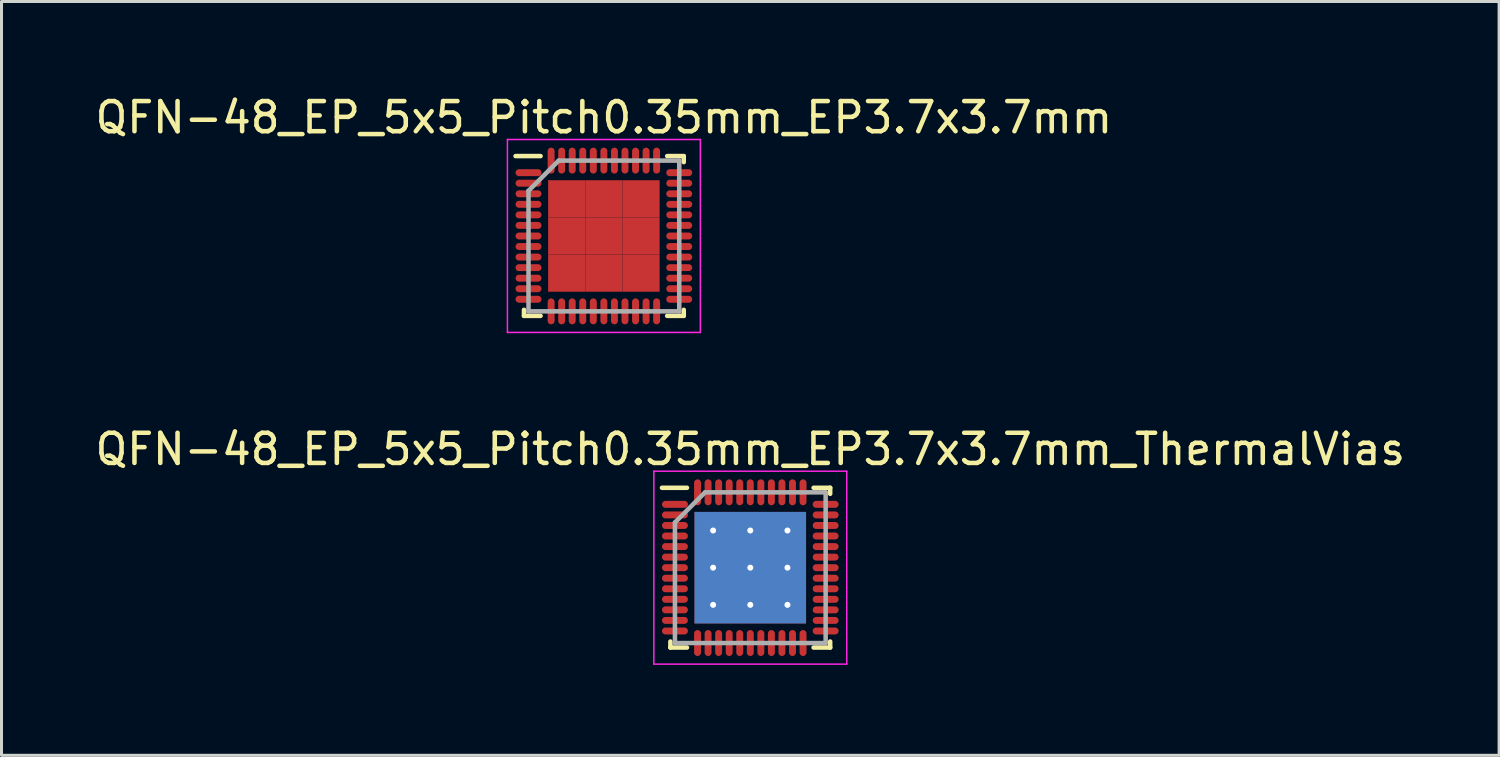
<source format=kicad_pcb>
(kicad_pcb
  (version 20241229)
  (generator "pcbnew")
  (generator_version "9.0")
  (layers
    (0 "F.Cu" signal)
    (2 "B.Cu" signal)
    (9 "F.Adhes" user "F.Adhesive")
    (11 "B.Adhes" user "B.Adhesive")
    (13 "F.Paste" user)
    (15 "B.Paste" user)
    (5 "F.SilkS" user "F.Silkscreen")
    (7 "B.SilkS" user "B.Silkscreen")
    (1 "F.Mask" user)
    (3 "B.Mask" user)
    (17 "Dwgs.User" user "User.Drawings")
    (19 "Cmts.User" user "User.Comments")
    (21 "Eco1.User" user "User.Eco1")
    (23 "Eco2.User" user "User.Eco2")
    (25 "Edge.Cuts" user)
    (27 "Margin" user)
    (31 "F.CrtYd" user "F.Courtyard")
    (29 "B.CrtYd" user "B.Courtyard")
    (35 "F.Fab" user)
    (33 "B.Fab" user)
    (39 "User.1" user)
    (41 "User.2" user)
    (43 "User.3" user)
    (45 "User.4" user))
  (footprint "QFN-48_EP_5x5_Pitch0.35mm_EP3.7x3.7mm_ThermalVias"
    (layer "F.Cu")
    (at 21.839 15.781)
    (property "Reference" "QFN-48_EP_5x5_Pitch0.35mm_EP3.7x3.7mm_ThermalVias" (at 0 -3.93 0) (layer "F.SilkS") (effects (font (size 1 1) (thickness 0.15))))
    (attr smd)
    (fp_line (start -2.65 2.65) (end -2.65 2.45) (stroke (width 0.15) (type solid)) (layer "F.SilkS"))
    (fp_line (start -2.1 -2.65) (end -2.93 -2.65) (stroke (width 0.15) (type solid)) (layer "F.SilkS"))
    (fp_line (start -2.1 2.65) (end -2.65 2.65) (stroke (width 0.15) (type solid)) (layer "F.SilkS"))
    (fp_line (start 2.1 -2.65) (end 2.65 -2.65) (stroke (width 0.15) (type solid)) (layer "F.SilkS"))
    (fp_line (start 2.1 2.65) (end 2.65 2.65) (stroke (width 0.15) (type solid)) (layer "F.SilkS"))
    (fp_line (start 2.65 -2.65) (end 2.65 -2.45) (stroke (width 0.15) (type solid)) (layer "F.SilkS"))
    (fp_line (start 2.65 2.65) (end 2.65 2.45) (stroke (width 0.15) (type solid)) (layer "F.SilkS"))
    (fp_line (start -3.2 -3.2) (end 3.2 -3.2) (stroke (width 0.05) (type solid)) (layer "F.CrtYd"))
    (fp_line (start -3.2 3.2) (end -3.2 -3.2) (stroke (width 0.05) (type solid)) (layer "F.CrtYd"))
    (fp_line (start 3.2 -3.2) (end 3.2 3.2) (stroke (width 0.05) (type solid)) (layer "F.CrtYd"))
    (fp_line (start 3.2 3.2) (end -3.2 3.2) (stroke (width 0.05) (type solid)) (layer "F.CrtYd"))
    (fp_line (start -2.5 -1.5) (end -2.5 2.5) (stroke (width 0.15) (type solid)) (layer "F.Fab"))
    (fp_line (start -2.5 2.5) (end 2.5 2.5) (stroke (width 0.15) (type solid)) (layer "F.Fab"))
    (fp_line (start -1.5 -2.5) (end -2.5 -1.5) (stroke (width 0.15) (type solid)) (layer "F.Fab"))
    (fp_line (start 2.5 -2.5) (end -1.5 -2.5) (stroke (width 0.15) (type solid)) (layer "F.Fab"))
    (fp_line (start 2.5 2.5) (end 2.5 -2.5) (stroke (width 0.15) (type solid)) (layer "F.Fab"))
    (pad "1" smd oval (at -2.5 -2.1 90) (size 0.23 0.86) (layers "F.Cu" "F.Mask" "F.Paste"))
    (pad "2" smd oval (at -2.5 -1.75 90) (size 0.23 0.86) (layers "F.Cu" "F.Mask" "F.Paste"))
    (pad "3" smd oval (at -2.5 -1.4 90) (size 0.23 0.86) (layers "F.Cu" "F.Mask" "F.Paste"))
    (pad "4" smd oval (at -2.5 -1.05 90) (size 0.23 0.86) (layers "F.Cu" "F.Mask" "F.Paste"))
    (pad "5" smd oval (at -2.5 -0.7 90) (size 0.23 0.86) (layers "F.Cu" "F.Mask" "F.Paste"))
    (pad "6" smd oval (at -2.5 -0.35 90) (size 0.23 0.86) (layers "F.Cu" "F.Mask" "F.Paste"))
    (pad "7" smd oval (at -2.5 0 90) (size 0.23 0.86) (layers "F.Cu" "F.Mask" "F.Paste"))
    (pad "8" smd oval (at -2.5 0.35 90) (size 0.23 0.86) (layers "F.Cu" "F.Mask" "F.Paste"))
    (pad "9" smd oval (at -2.5 0.7 90) (size 0.23 0.86) (layers "F.Cu" "F.Mask" "F.Paste"))
    (pad "10" smd oval (at -2.5 1.05 90) (size 0.23 0.86) (layers "F.Cu" "F.Mask" "F.Paste"))
    (pad "11" smd oval (at -2.5 1.4 90) (size 0.23 0.86) (layers "F.Cu" "F.Mask" "F.Paste"))
    (pad "12" smd oval (at -2.5 1.75 90) (size 0.23 0.86) (layers "F.Cu" "F.Mask" "F.Paste"))
    (pad "13" smd oval (at -2.5 2.1 90) (size 0.23 0.86) (layers "F.Cu" "F.Mask" "F.Paste"))
    (pad "14" smd oval (at -1.75 2.5) (size 0.23 0.86) (layers "F.Cu" "F.Mask" "F.Paste"))
    (pad "15" smd oval (at -1.4 2.5) (size 0.23 0.86) (layers "F.Cu" "F.Mask" "F.Paste"))
    (pad "16" smd oval (at -1.05 2.5) (size 0.23 0.86) (layers "F.Cu" "F.Mask" "F.Paste"))
    (pad "17" smd oval (at -0.7 2.5) (size 0.23 0.86) (layers "F.Cu" "F.Mask" "F.Paste"))
    (pad "18" smd oval (at -0.35 2.5) (size 0.23 0.86) (layers "F.Cu" "F.Mask" "F.Paste"))
    (pad "19" smd oval (at 0 2.5) (size 0.23 0.86) (layers "F.Cu" "F.Mask" "F.Paste"))
    (pad "20" smd oval (at 0.35 2.5) (size 0.23 0.86) (layers "F.Cu" "F.Mask" "F.Paste"))
    (pad "21" smd oval (at 0.7 2.5) (size 0.23 0.86) (layers "F.Cu" "F.Mask" "F.Paste"))
    (pad "22" smd oval (at 1.05 2.5) (size 0.23 0.86) (layers "F.Cu" "F.Mask" "F.Paste"))
    (pad "23" smd oval (at 1.4 2.5) (size 0.23 0.86) (layers "F.Cu" "F.Mask" "F.Paste"))
    (pad "24" smd oval (at 1.75 2.5) (size 0.23 0.86) (layers "F.Cu" "F.Mask" "F.Paste"))
    (pad "25" smd oval (at 2.5 2.1 90) (size 0.23 0.86) (layers "F.Cu" "F.Mask" "F.Paste"))
    (pad "26" smd oval (at 2.5 1.75 90) (size 0.23 0.86) (layers "F.Cu" "F.Mask" "F.Paste"))
    (pad "27" smd oval (at 2.5 1.4 90) (size 0.23 0.86) (layers "F.Cu" "F.Mask" "F.Paste"))
    (pad "28" smd oval (at 2.5 1.05 90) (size 0.23 0.86) (layers "F.Cu" "F.Mask" "F.Paste"))
    (pad "29" smd oval (at 2.5 0.7 90) (size 0.23 0.86) (layers "F.Cu" "F.Mask" "F.Paste"))
    (pad "30" smd oval (at 2.5 0.35 90) (size 0.23 0.86) (layers "F.Cu" "F.Mask" "F.Paste"))
    (pad "31" smd oval (at 2.5 0 90) (size 0.23 0.86) (layers "F.Cu" "F.Mask" "F.Paste"))
    (pad "32" smd oval (at 2.5 -0.35 90) (size 0.23 0.86) (layers "F.Cu" "F.Mask" "F.Paste"))
    (pad "33" smd oval (at 2.5 -0.7 90) (size 0.23 0.86) (layers "F.Cu" "F.Mask" "F.Paste"))
    (pad "34" smd oval (at 2.5 -1.05 90) (size 0.23 0.86) (layers "F.Cu" "F.Mask" "F.Paste"))
    (pad "35" smd oval (at 2.5 -1.4 90) (size 0.23 0.86) (layers "F.Cu" "F.Mask" "F.Paste"))
    (pad "36" smd oval (at 2.5 -1.75 90) (size 0.23 0.86) (layers "F.Cu" "F.Mask" "F.Paste"))
    (pad "37" smd oval (at 2.5 -2.1 90) (size 0.23 0.86) (layers "F.Cu" "F.Mask" "F.Paste"))
    (pad "38" smd oval (at 1.75 -2.5) (size 0.23 0.86) (layers "F.Cu" "F.Mask" "F.Paste"))
    (pad "39" smd oval (at 1.4 -2.5) (size 0.23 0.86) (layers "F.Cu" "F.Mask" "F.Paste"))
    (pad "40" smd oval (at 1.05 -2.5) (size 0.23 0.86) (layers "F.Cu" "F.Mask" "F.Paste"))
    (pad "41" smd oval (at 0.7 -2.5) (size 0.23 0.86) (layers "F.Cu" "F.Mask" "F.Paste"))
    (pad "42" smd oval (at 0.35 -2.5) (size 0.23 0.86) (layers "F.Cu" "F.Mask" "F.Paste"))
    (pad "43" smd oval (at 0 -2.5) (size 0.23 0.86) (layers "F.Cu" "F.Mask" "F.Paste"))
    (pad "44" smd oval (at -0.35 -2.5) (size 0.23 0.86) (layers "F.Cu" "F.Mask" "F.Paste"))
    (pad "45" smd oval (at -0.7 -2.5) (size 0.23 0.86) (layers "F.Cu" "F.Mask" "F.Paste"))
    (pad "46" smd oval (at -1.05 -2.5) (size 0.23 0.86) (layers "F.Cu" "F.Mask" "F.Paste"))
    (pad "47" smd oval (at -1.4 -2.5) (size 0.23 0.86) (layers "F.Cu" "F.Mask" "F.Paste"))
    (pad "48" smd oval (at -1.75 -2.5) (size 0.23 0.86) (layers "F.Cu" "F.Mask" "F.Paste"))
    (pad "49" thru_hole circle (at -1.233 -1.233) (size 0.4 0.4) (drill 0.2) (layers "*.Cu"))
    (pad "49" smd rect (at -1.233 -1.233) (size 1.233 1.233) (layers "F.Cu" "F.Mask" "F.Paste"))
    (pad "49" thru_hole circle (at -1.233 0) (size 0.4 0.4) (drill 0.2) (layers "*.Cu"))
    (pad "49" smd rect (at -1.233 0) (size 1.233 1.233) (layers "F.Cu" "F.Mask" "F.Paste"))
    (pad "49" thru_hole circle (at -1.233 1.233) (size 0.4 0.4) (drill 0.2) (layers "*.Cu"))
    (pad "49" smd rect (at -1.233 1.233) (size 1.233 1.233) (layers "F.Cu" "F.Mask" "F.Paste"))
    (pad "49" thru_hole circle (at 0 -1.233) (size 0.4 0.4) (drill 0.2) (layers "*.Cu"))
    (pad "49" smd rect (at 0 -1.233) (size 1.233 1.233) (layers "F.Cu" "F.Mask" "F.Paste"))
    (pad "49" thru_hole circle (at 0 0) (size 0.4 0.4) (drill 0.2) (layers "*.Cu"))
    (pad "49" smd rect (at 0 0) (size 1.233 1.233) (layers "F.Cu" "F.Mask" "F.Paste"))
    (pad "49" smd rect (at 0 0) (size 3.7 3.7) (layers "B.Cu"))
    (pad "49" thru_hole circle (at 0 1.233) (size 0.4 0.4) (drill 0.2) (layers "*.Cu"))
    (pad "49" smd rect (at 0 1.233) (size 1.233 1.233) (layers "F.Cu" "F.Mask" "F.Paste"))
    (pad "49" thru_hole circle (at 1.233 -1.233) (size 0.4 0.4) (drill 0.2) (layers "*.Cu"))
    (pad "49" smd rect (at 1.233 -1.233) (size 1.233 1.233) (layers "F.Cu" "F.Mask" "F.Paste"))
    (pad "49" thru_hole circle (at 1.233 0) (size 0.4 0.4) (drill 0.2) (layers "*.Cu"))
    (pad "49" smd rect (at 1.233 0) (size 1.233 1.233) (layers "F.Cu" "F.Mask" "F.Paste"))
    (pad "49" thru_hole circle (at 1.233 1.233) (size 0.4 0.4) (drill 0.2) (layers "*.Cu"))
    (pad "49" smd rect (at 1.233 1.233) (size 1.233 1.233) (layers "F.Cu" "F.Mask" "F.Paste")))
  (footprint "QFN-48_EP_5x5_Pitch0.35mm_EP3.7x3.7mm"
    (layer "F.Cu")
    (at 16.982 4.778)
    (property "Reference" "QFN-48_EP_5x5_Pitch0.35mm_EP3.7x3.7mm" (at 0 -3.93 0) (layer "F.SilkS") (effects (font (size 1 1) (thickness 0.15))))
    (attr smd)
    (fp_line (start -2.65 2.65) (end -2.65 2.45) (stroke (width 0.15) (type solid)) (layer "F.SilkS"))
    (fp_line (start -2.1 -2.65) (end -2.93 -2.65) (stroke (width 0.15) (type solid)) (layer "F.SilkS"))
    (fp_line (start -2.1 2.65) (end -2.65 2.65) (stroke (width 0.15) (type solid)) (layer "F.SilkS"))
    (fp_line (start 2.1 -2.65) (end 2.65 -2.65) (stroke (width 0.15) (type solid)) (layer "F.SilkS"))
    (fp_line (start 2.1 2.65) (end 2.65 2.65) (stroke (width 0.15) (type solid)) (layer "F.SilkS"))
    (fp_line (start 2.65 -2.65) (end 2.65 -2.45) (stroke (width 0.15) (type solid)) (layer "F.SilkS"))
    (fp_line (start 2.65 2.65) (end 2.65 2.45) (stroke (width 0.15) (type solid)) (layer "F.SilkS"))
    (fp_line (start -3.2 -3.2) (end 3.2 -3.2) (stroke (width 0.05) (type solid)) (layer "F.CrtYd"))
    (fp_line (start -3.2 3.2) (end -3.2 -3.2) (stroke (width 0.05) (type solid)) (layer "F.CrtYd"))
    (fp_line (start 3.2 -3.2) (end 3.2 3.2) (stroke (width 0.05) (type solid)) (layer "F.CrtYd"))
    (fp_line (start 3.2 3.2) (end -3.2 3.2) (stroke (width 0.05) (type solid)) (layer "F.CrtYd"))
    (fp_line (start -2.5 -1.5) (end -2.5 2.5) (stroke (width 0.15) (type solid)) (layer "F.Fab"))
    (fp_line (start -2.5 2.5) (end 2.5 2.5) (stroke (width 0.15) (type solid)) (layer "F.Fab"))
    (fp_line (start -1.5 -2.5) (end -2.5 -1.5) (stroke (width 0.15) (type solid)) (layer "F.Fab"))
    (fp_line (start 2.5 -2.5) (end -1.5 -2.5) (stroke (width 0.15) (type solid)) (layer "F.Fab"))
    (fp_line (start 2.5 2.5) (end 2.5 -2.5) (stroke (width 0.15) (type solid)) (layer "F.Fab"))
    (pad "1" smd oval (at -2.5 -2.1 90) (size 0.23 0.86) (layers "F.Cu" "F.Mask" "F.Paste"))
    (pad "2" smd oval (at -2.5 -1.75 90) (size 0.23 0.86) (layers "F.Cu" "F.Mask" "F.Paste"))
    (pad "3" smd oval (at -2.5 -1.4 90) (size 0.23 0.86) (layers "F.Cu" "F.Mask" "F.Paste"))
    (pad "4" smd oval (at -2.5 -1.05 90) (size 0.23 0.86) (layers "F.Cu" "F.Mask" "F.Paste"))
    (pad "5" smd oval (at -2.5 -0.7 90) (size 0.23 0.86) (layers "F.Cu" "F.Mask" "F.Paste"))
    (pad "6" smd oval (at -2.5 -0.35 90) (size 0.23 0.86) (layers "F.Cu" "F.Mask" "F.Paste"))
    (pad "7" smd oval (at -2.5 0 90) (size 0.23 0.86) (layers "F.Cu" "F.Mask" "F.Paste"))
    (pad "8" smd oval (at -2.5 0.35 90) (size 0.23 0.86) (layers "F.Cu" "F.Mask" "F.Paste"))
    (pad "9" smd oval (at -2.5 0.7 90) (size 0.23 0.86) (layers "F.Cu" "F.Mask" "F.Paste"))
    (pad "10" smd oval (at -2.5 1.05 90) (size 0.23 0.86) (layers "F.Cu" "F.Mask" "F.Paste"))
    (pad "11" smd oval (at -2.5 1.4 90) (size 0.23 0.86) (layers "F.Cu" "F.Mask" "F.Paste"))
    (pad "12" smd oval (at -2.5 1.75 90) (size 0.23 0.86) (layers "F.Cu" "F.Mask" "F.Paste"))
    (pad "13" smd oval (at -2.5 2.1 90) (size 0.23 0.86) (layers "F.Cu" "F.Mask" "F.Paste"))
    (pad "14" smd oval (at -1.75 2.5) (size 0.23 0.86) (layers "F.Cu" "F.Mask" "F.Paste"))
    (pad "15" smd oval (at -1.4 2.5) (size 0.23 0.86) (layers "F.Cu" "F.Mask" "F.Paste"))
    (pad "16" smd oval (at -1.05 2.5) (size 0.23 0.86) (layers "F.Cu" "F.Mask" "F.Paste"))
    (pad "17" smd oval (at -0.7 2.5) (size 0.23 0.86) (layers "F.Cu" "F.Mask" "F.Paste"))
    (pad "18" smd oval (at -0.35 2.5) (size 0.23 0.86) (layers "F.Cu" "F.Mask" "F.Paste"))
    (pad "19" smd oval (at 0 2.5) (size 0.23 0.86) (layers "F.Cu" "F.Mask" "F.Paste"))
    (pad "20" smd oval (at 0.35 2.5) (size 0.23 0.86) (layers "F.Cu" "F.Mask" "F.Paste"))
    (pad "21" smd oval (at 0.7 2.5) (size 0.23 0.86) (layers "F.Cu" "F.Mask" "F.Paste"))
    (pad "22" smd oval (at 1.05 2.5) (size 0.23 0.86) (layers "F.Cu" "F.Mask" "F.Paste"))
    (pad "23" smd oval (at 1.4 2.5) (size 0.23 0.86) (layers "F.Cu" "F.Mask" "F.Paste"))
    (pad "24" smd oval (at 1.75 2.5) (size 0.23 0.86) (layers "F.Cu" "F.Mask" "F.Paste"))
    (pad "25" smd oval (at 2.5 2.1 90) (size 0.23 0.86) (layers "F.Cu" "F.Mask" "F.Paste"))
    (pad "26" smd oval (at 2.5 1.75 90) (size 0.23 0.86) (layers "F.Cu" "F.Mask" "F.Paste"))
    (pad "27" smd oval (at 2.5 1.4 90) (size 0.23 0.86) (layers "F.Cu" "F.Mask" "F.Paste"))
    (pad "28" smd oval (at 2.5 1.05 90) (size 0.23 0.86) (layers "F.Cu" "F.Mask" "F.Paste"))
    (pad "29" smd oval (at 2.5 0.7 90) (size 0.23 0.86) (layers "F.Cu" "F.Mask" "F.Paste"))
    (pad "30" smd oval (at 2.5 0.35 90) (size 0.23 0.86) (layers "F.Cu" "F.Mask" "F.Paste"))
    (pad "31" smd oval (at 2.5 0 90) (size 0.23 0.86) (layers "F.Cu" "F.Mask" "F.Paste"))
    (pad "32" smd oval (at 2.5 -0.35 90) (size 0.23 0.86) (layers "F.Cu" "F.Mask" "F.Paste"))
    (pad "33" smd oval (at 2.5 -0.7 90) (size 0.23 0.86) (layers "F.Cu" "F.Mask" "F.Paste"))
    (pad "34" smd oval (at 2.5 -1.05 90) (size 0.23 0.86) (layers "F.Cu" "F.Mask" "F.Paste"))
    (pad "35" smd oval (at 2.5 -1.4 90) (size 0.23 0.86) (layers "F.Cu" "F.Mask" "F.Paste"))
    (pad "36" smd oval (at 2.5 -1.75 90) (size 0.23 0.86) (layers "F.Cu" "F.Mask" "F.Paste"))
    (pad "37" smd oval (at 2.5 -2.1 90) (size 0.23 0.86) (layers "F.Cu" "F.Mask" "F.Paste"))
    (pad "38" smd oval (at 1.75 -2.5) (size 0.23 0.86) (layers "F.Cu" "F.Mask" "F.Paste"))
    (pad "39" smd oval (at 1.4 -2.5) (size 0.23 0.86) (layers "F.Cu" "F.Mask" "F.Paste"))
    (pad "40" smd oval (at 1.05 -2.5) (size 0.23 0.86) (layers "F.Cu" "F.Mask" "F.Paste"))
    (pad "41" smd oval (at 0.7 -2.5) (size 0.23 0.86) (layers "F.Cu" "F.Mask" "F.Paste"))
    (pad "42" smd oval (at 0.35 -2.5) (size 0.23 0.86) (layers "F.Cu" "F.Mask" "F.Paste"))
    (pad "43" smd oval (at 0 -2.5) (size 0.23 0.86) (layers "F.Cu" "F.Mask" "F.Paste"))
    (pad "44" smd oval (at -0.35 -2.5) (size 0.23 0.86) (layers "F.Cu" "F.Mask" "F.Paste"))
    (pad "45" smd oval (at -0.7 -2.5) (size 0.23 0.86) (layers "F.Cu" "F.Mask" "F.Paste"))
    (pad "46" smd oval (at -1.05 -2.5) (size 0.23 0.86) (layers "F.Cu" "F.Mask" "F.Paste"))
    (pad "47" smd oval (at -1.4 -2.5) (size 0.23 0.86) (layers "F.Cu" "F.Mask" "F.Paste"))
    (pad "48" smd oval (at -1.75 -2.5) (size 0.23 0.86) (layers "F.Cu" "F.Mask" "F.Paste"))
    (pad "49" smd rect (at -1.233 -1.233) (size 1.233 1.233) (layers "F.Cu" "F.Mask" "F.Paste"))
    (pad "49" smd rect (at -1.233 0) (size 1.233 1.233) (layers "F.Cu" "F.Mask" "F.Paste"))
    (pad "49" smd rect (at -1.233 1.233) (size 1.233 1.233) (layers "F.Cu" "F.Mask" "F.Paste"))
    (pad "49" smd rect (at 0 -1.233) (size 1.233 1.233) (layers "F.Cu" "F.Mask" "F.Paste"))
    (pad "49" smd rect (at 0 0) (size 1.233 1.233) (layers "F.Cu" "F.Mask" "F.Paste"))
    (pad "49" smd rect (at 0 1.233) (size 1.233 1.233) (layers "F.Cu" "F.Mask" "F.Paste"))
    (pad "49" smd rect (at 1.233 -1.233) (size 1.233 1.233) (layers "F.Cu" "F.Mask" "F.Paste"))
    (pad "49" smd rect (at 1.233 0) (size 1.233 1.233) (layers "F.Cu" "F.Mask" "F.Paste"))
    (pad "49" smd rect (at 1.233 1.233) (size 1.233 1.233) (layers "F.Cu" "F.Mask" "F.Paste")))
  (gr_rect
    (start -3 -3)
    (end 46.679 22.006)
    (stroke (width 0.1) (type default))
    (fill no)
    (layer "Edge.Cuts")))
</source>
